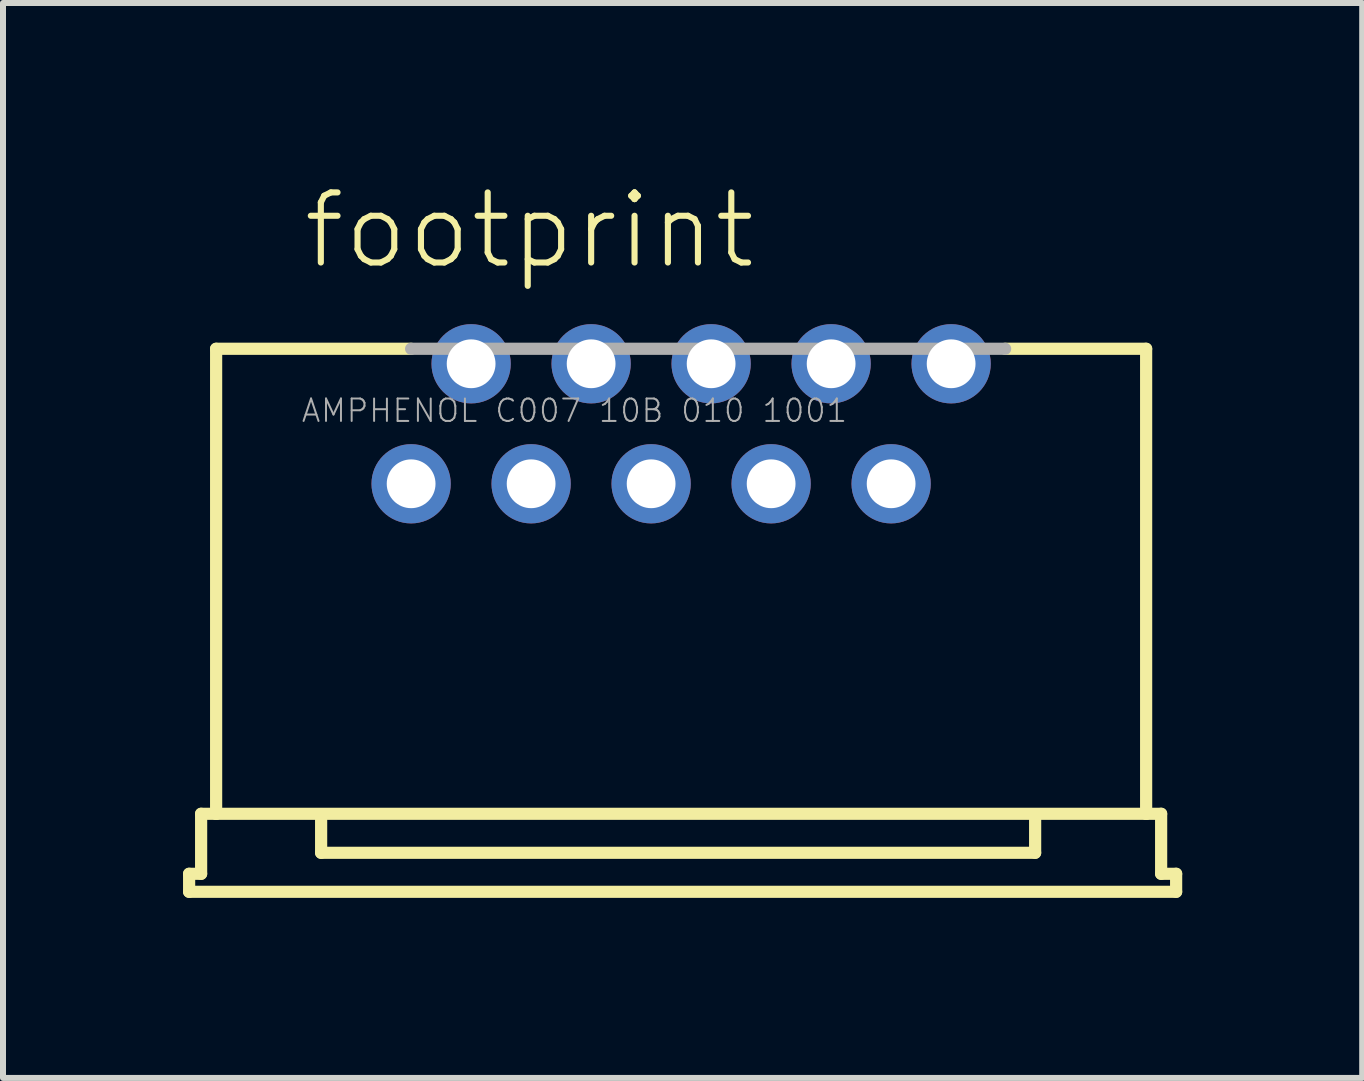
<source format=kicad_pcb>
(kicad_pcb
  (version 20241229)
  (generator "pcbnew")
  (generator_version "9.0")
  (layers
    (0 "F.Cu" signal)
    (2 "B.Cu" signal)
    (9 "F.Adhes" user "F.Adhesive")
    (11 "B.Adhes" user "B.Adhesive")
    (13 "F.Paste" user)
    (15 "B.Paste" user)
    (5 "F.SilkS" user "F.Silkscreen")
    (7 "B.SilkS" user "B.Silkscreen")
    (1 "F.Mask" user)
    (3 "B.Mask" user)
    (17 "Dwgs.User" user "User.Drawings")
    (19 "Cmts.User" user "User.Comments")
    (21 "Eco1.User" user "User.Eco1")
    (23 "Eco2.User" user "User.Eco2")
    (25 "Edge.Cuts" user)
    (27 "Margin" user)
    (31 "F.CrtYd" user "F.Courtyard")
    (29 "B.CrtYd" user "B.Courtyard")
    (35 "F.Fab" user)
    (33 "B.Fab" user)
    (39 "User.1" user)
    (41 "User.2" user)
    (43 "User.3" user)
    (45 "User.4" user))
  (footprint "footprint"
    (layer "F.Cu")
    (at 8.302 4.013)
    (property "Reference" "footprint" (at -6.35 -2.54 0) (layer "F.SilkS") (effects (font (size 1.168 1.168) (thickness 0.102)) (justify left bottom)))
    (fp_line (start -8.2 7.5) (end -8 7.5) (stroke (width 0.203) (type solid)) (layer "F.SilkS"))
    (fp_line (start -8.2 7.8) (end -8.2 7.5) (stroke (width 0.203) (type solid)) (layer "F.SilkS"))
    (fp_line (start -8 6.5) (end -7.75 6.5) (stroke (width 0.203) (type solid)) (layer "F.SilkS"))
    (fp_line (start -8 7.5) (end -8 6.5) (stroke (width 0.203) (type solid)) (layer "F.SilkS"))
    (fp_line (start -7.75 -1.25) (end -4.5 -1.25) (stroke (width 0.203) (type solid)) (layer "F.SilkS"))
    (fp_line (start -7.75 6.5) (end -7.75 -1.25) (stroke (width 0.203) (type solid)) (layer "F.SilkS"))
    (fp_line (start -7.75 6.5) (end 7.75 6.5) (stroke (width 0.203) (type solid)) (layer "F.SilkS"))
    (fp_line (start -6 6.6) (end -6 7.15) (stroke (width 0.203) (type solid)) (layer "F.SilkS"))
    (fp_line (start 5.4 -1.25) (end 7.75 -1.25) (stroke (width 0.203) (type solid)) (layer "F.SilkS"))
    (fp_line (start 5.9 7.15) (end -6 7.15) (stroke (width 0.203) (type solid)) (layer "F.SilkS"))
    (fp_line (start 5.9 7.15) (end 5.9 6.6) (stroke (width 0.203) (type solid)) (layer "F.SilkS"))
    (fp_line (start 7.75 -1.25) (end 7.75 6.5) (stroke (width 0.203) (type solid)) (layer "F.SilkS"))
    (fp_line (start 7.75 6.5) (end 8 6.5) (stroke (width 0.203) (type solid)) (layer "F.SilkS"))
    (fp_line (start 8 6.5) (end 8 7.5) (stroke (width 0.203) (type solid)) (layer "F.SilkS"))
    (fp_line (start 8 7.5) (end 8.25 7.5) (stroke (width 0.203) (type solid)) (layer "F.SilkS"))
    (fp_line (start 8.25 7.5) (end 8.25 7.8) (stroke (width 0.203) (type solid)) (layer "F.SilkS"))
    (fp_line (start 8.25 7.8) (end -8.2 7.8) (stroke (width 0.203) (type solid)) (layer "F.SilkS"))
    (fp_line (start -4.5 -1.25) (end 5.4 -1.25) (stroke (width 0.203) (type solid)) (layer "F.Fab"))
    (fp_text user "AMPHENOL C007 10B 010 1001" (at -6.35 0 0) (layer "F.Fab") (effects (font (size 0.374 0.374) (thickness 0.033)) (justify left bottom)))
    (pad "1" thru_hole circle (at -4.5 1) (size 1.321 1.321) (drill 0.813) (layers "*.Cu" "*.Mask"))
    (pad "2" thru_hole circle (at -3.5 -1) (size 1.321 1.321) (drill 0.813) (layers "*.Cu" "*.Mask"))
    (pad "3" thru_hole circle (at -2.5 1) (size 1.321 1.321) (drill 0.813) (layers "*.Cu" "*.Mask"))
    (pad "4" thru_hole circle (at -1.5 -1) (size 1.321 1.321) (drill 0.813) (layers "*.Cu" "*.Mask"))
    (pad "5" thru_hole circle (at -0.5 1) (size 1.321 1.321) (drill 0.813) (layers "*.Cu" "*.Mask"))
    (pad "6" thru_hole circle (at 0.5 -1) (size 1.321 1.321) (drill 0.813) (layers "*.Cu" "*.Mask"))
    (pad "7" thru_hole circle (at 1.5 1) (size 1.321 1.321) (drill 0.813) (layers "*.Cu" "*.Mask"))
    (pad "8" thru_hole circle (at 2.5 -1) (size 1.321 1.321) (drill 0.813) (layers "*.Cu" "*.Mask"))
    (pad "9" thru_hole circle (at 3.5 1) (size 1.321 1.321) (drill 0.813) (layers "*.Cu" "*.Mask"))
    (pad "10" thru_hole circle (at 4.5 -1) (size 1.321 1.321) (drill 0.813) (layers "*.Cu" "*.Mask")))
  (gr_rect
    (start -3 -3)
    (end 19.653 14.915)
    (stroke (width 0.1) (type default))
    (fill no)
    (layer "Edge.Cuts")))
</source>
